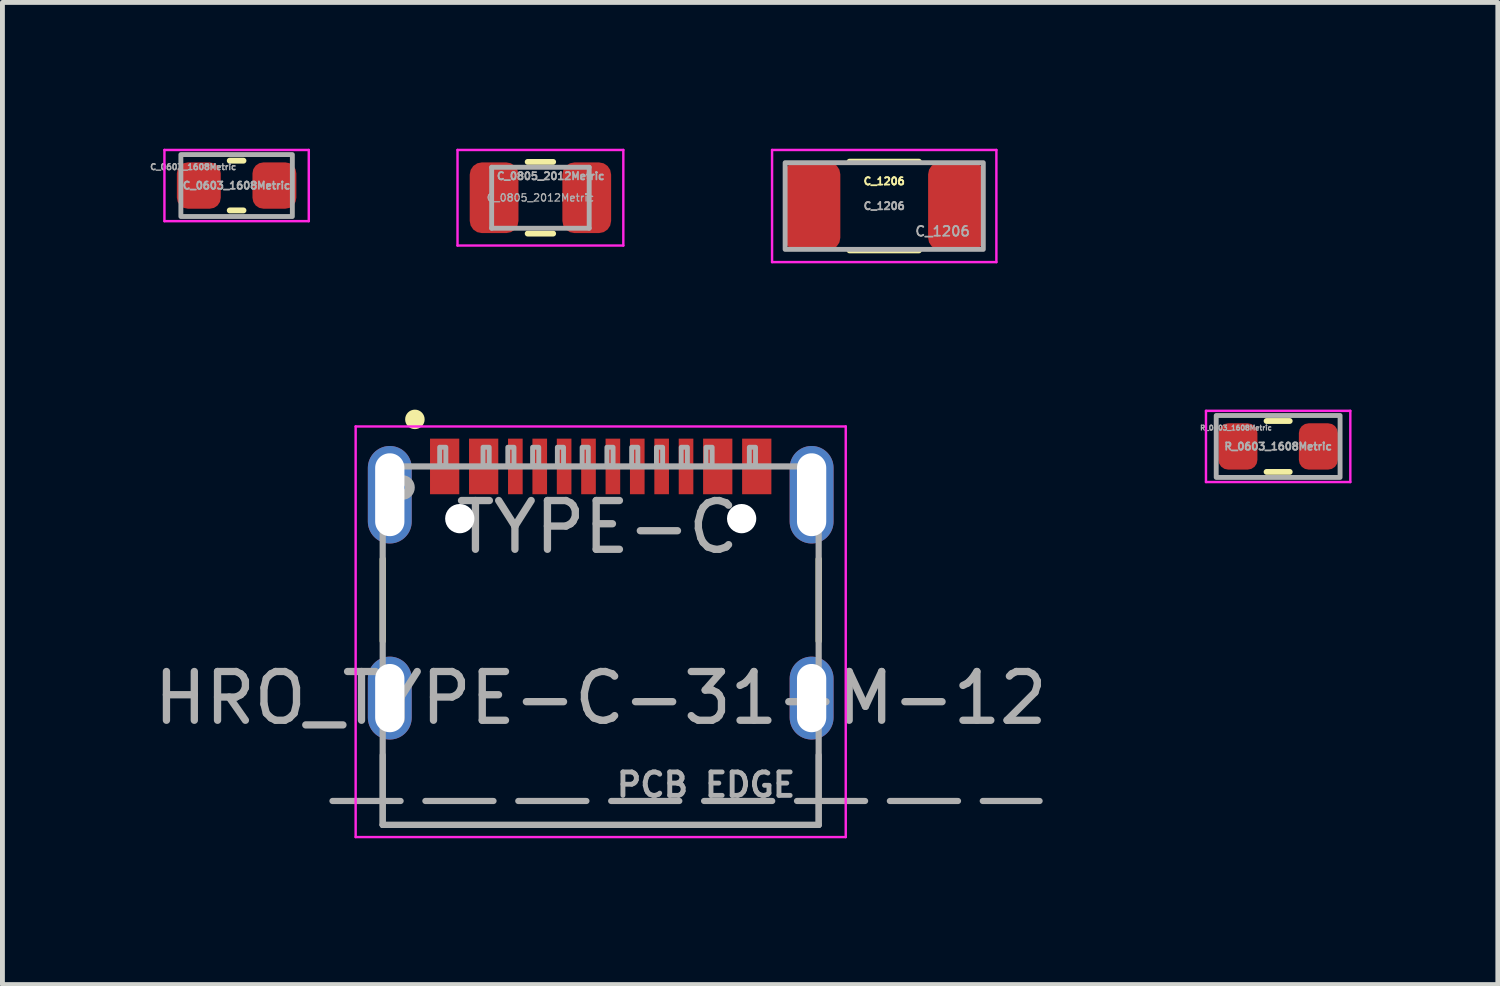
<source format=kicad_pcb>
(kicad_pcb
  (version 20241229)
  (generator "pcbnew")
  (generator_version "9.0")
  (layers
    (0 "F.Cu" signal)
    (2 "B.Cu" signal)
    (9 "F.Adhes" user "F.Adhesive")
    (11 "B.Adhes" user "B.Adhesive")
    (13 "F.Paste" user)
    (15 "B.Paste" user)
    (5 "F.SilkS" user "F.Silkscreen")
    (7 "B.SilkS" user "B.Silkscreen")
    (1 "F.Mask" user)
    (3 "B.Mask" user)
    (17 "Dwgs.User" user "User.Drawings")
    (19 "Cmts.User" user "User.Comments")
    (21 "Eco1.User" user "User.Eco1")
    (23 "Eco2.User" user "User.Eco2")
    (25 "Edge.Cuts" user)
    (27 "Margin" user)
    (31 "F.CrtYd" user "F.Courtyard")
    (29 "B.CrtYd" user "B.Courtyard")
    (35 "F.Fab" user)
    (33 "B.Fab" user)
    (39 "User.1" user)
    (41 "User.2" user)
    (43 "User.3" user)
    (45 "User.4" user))
  (footprint "C_0603_1608Metric"
    (layer "F.Cu")
    (at 1.802 0.755)
    (property "Reference" "C_0603_1608Metric" (at -0.889 -0.381 0) (unlocked yes) (layer "F.Fab") (effects (font (size 0.12 0.12) (thickness 0.03))))
    (attr smd)
    (fp_line (start -0.141 -0.51) (end 0.141 -0.51) (stroke (width 0.12) (type solid)) (layer "F.SilkS"))
    (fp_line (start -0.141 0.51) (end 0.141 0.51) (stroke (width 0.12) (type solid)) (layer "F.SilkS"))
    (fp_line (start -1.48 -0.73) (end 1.48 -0.73) (stroke (width 0.05) (type solid)) (layer "F.CrtYd"))
    (fp_line (start -1.48 0.73) (end -1.48 -0.73) (stroke (width 0.05) (type solid)) (layer "F.CrtYd"))
    (fp_line (start 1.48 -0.73) (end 1.48 0.73) (stroke (width 0.05) (type solid)) (layer "F.CrtYd"))
    (fp_line (start 1.48 0.73) (end -1.48 0.73) (stroke (width 0.05) (type solid)) (layer "F.CrtYd"))
    (fp_rect (start -1.143 -0.635) (end 1.143 0.635) (stroke (width 0.1) (type default)) (fill no) (layer "F.Fab"))
    (fp_text user "${REFERENCE}" (at 0 0 180) (layer "F.Fab") (effects (font (size 0.15 0.15) (thickness 0.037))))
    (pad "1" smd roundrect (at -0.775 0) (size 0.9 0.95) (layers "F.Cu" "F.Mask" "F.Paste") (roundrect_rratio 0.25))
    (pad "2" smd roundrect (at 0.775 0) (size 0.9 0.95) (layers "F.Cu" "F.Mask" "F.Paste") (roundrect_rratio 0.25)))
  (footprint "HRO_TYPE-C-31-M-12"
    (layer "F.Cu")
    (at 9.268 11.265)
    (property "Reference" "HRO_TYPE-C-31-M-12" (at 0 0 0) (unlocked yes) (layer "F.Fab") (effects (font (size 1 1) (thickness 0.15))))
    (attr smd)
    (fp_poly (pts (xy -3.55 -5.37) (xy -2.85 -5.37) (xy -2.85 -4.13) (xy -3.55 -4.13)) (stroke (width 0.01) (type solid)) (fill yes) (layer "F.Mask"))
    (fp_poly (pts (xy -2.75 -5.37) (xy -2.05 -5.37) (xy -2.05 -4.13) (xy -2.75 -4.13)) (stroke (width 0.01) (type solid)) (fill yes) (layer "F.Mask"))
    (fp_poly (pts (xy -1.95 -5.37) (xy -1.55 -5.37) (xy -1.55 -4.13) (xy -1.95 -4.13)) (stroke (width 0.01) (type solid)) (fill yes) (layer "F.Mask"))
    (fp_poly (pts (xy -1.45 -5.37) (xy -1.05 -5.37) (xy -1.05 -4.13) (xy -1.45 -4.13)) (stroke (width 0.01) (type solid)) (fill yes) (layer "F.Mask"))
    (fp_poly (pts (xy -0.95 -5.37) (xy -0.55 -5.37) (xy -0.55 -4.13) (xy -0.95 -4.13)) (stroke (width 0.01) (type solid)) (fill yes) (layer "F.Mask"))
    (fp_poly (pts (xy -0.45 -5.37) (xy -0.05 -5.37) (xy -0.05 -4.13) (xy -0.45 -4.13)) (stroke (width 0.01) (type solid)) (fill yes) (layer "F.Mask"))
    (fp_poly (pts (xy 0.05 -5.37) (xy 0.45 -5.37) (xy 0.45 -4.13) (xy 0.05 -4.13)) (stroke (width 0.01) (type solid)) (fill yes) (layer "F.Mask"))
    (fp_poly (pts (xy 0.55 -5.37) (xy 0.95 -5.37) (xy 0.95 -4.13) (xy 0.55 -4.13)) (stroke (width 0.01) (type solid)) (fill yes) (layer "F.Mask"))
    (fp_poly (pts (xy 1.05 -5.37) (xy 1.45 -5.37) (xy 1.45 -4.13) (xy 1.05 -4.13)) (stroke (width 0.01) (type solid)) (fill yes) (layer "F.Mask"))
    (fp_poly (pts (xy 1.55 -5.37) (xy 1.95 -5.37) (xy 1.95 -4.13) (xy 1.55 -4.13)) (stroke (width 0.01) (type solid)) (fill yes) (layer "F.Mask"))
    (fp_poly (pts (xy 2.05 -5.37) (xy 2.75 -5.37) (xy 2.75 -4.13) (xy 2.05 -4.13)) (stroke (width 0.01) (type solid)) (fill yes) (layer "F.Mask"))
    (fp_poly (pts (xy 2.85 -5.37) (xy 3.55 -5.37) (xy 3.55 -4.13) (xy 2.85 -4.13)) (stroke (width 0.01) (type solid)) (fill yes) (layer "F.Mask"))
    (fp_line (start -4.47 -2.85) (end -4.47 -1.17) (stroke (width 0.127) (type solid)) (layer "F.SilkS"))
    (fp_line (start 4.47 -2.85) (end 4.47 -1.17) (stroke (width 0.127) (type solid)) (layer "F.SilkS"))
    (fp_circle (center -3.81 -5.715) (end -3.71 -5.715) (stroke (width 0.2) (type solid)) (fill no) (layer "F.SilkS"))
    (fp_line (start -5.025 -5.57) (end -5.025 2.85) (stroke (width 0.05) (type solid)) (layer "F.CrtYd"))
    (fp_line (start -5.025 2.85) (end 5.025 2.85) (stroke (width 0.05) (type solid)) (layer "F.CrtYd"))
    (fp_line (start 5.025 -5.57) (end -5.025 -5.57) (stroke (width 0.05) (type solid)) (layer "F.CrtYd"))
    (fp_line (start 5.025 2.85) (end 5.025 -5.57) (stroke (width 0.05) (type solid)) (layer "F.CrtYd"))
    (fp_line (start -5.5 2.11) (end 9 2.11) (stroke (width 0.127) (type dash)) (layer "F.Fab"))
    (fp_line (start -4.47 -4.75) (end -4.47 2.6) (stroke (width 0.127) (type solid)) (layer "F.Fab"))
    (fp_line (start -4.47 2.6) (end -4.47 1.17) (stroke (width 0.127) (type solid)) (layer "F.Fab"))
    (fp_line (start -4.47 2.6) (end 4.47 2.6) (stroke (width 0.127) (type solid)) (layer "F.Fab"))
    (fp_line (start -4.47 2.6) (end 4.47 2.6) (stroke (width 0.127) (type solid)) (layer "F.Fab"))
    (fp_line (start 4.47 -4.75) (end -4.47 -4.75) (stroke (width 0.127) (type solid)) (layer "F.Fab"))
    (fp_line (start 4.47 2.6) (end 4.47 -4.75) (stroke (width 0.127) (type solid)) (layer "F.Fab"))
    (fp_line (start 4.47 2.6) (end 4.47 1.17) (stroke (width 0.127) (type solid)) (layer "F.Fab"))
    (fp_rect (start -3.302 -4.763) (end -3.175 -5.144) (stroke (width 0.1) (type default)) (fill no) (layer "F.Fab"))
    (fp_rect (start -2.413 -4.763) (end -2.286 -5.144) (stroke (width 0.1) (type default)) (fill no) (layer "F.Fab"))
    (fp_rect (start -1.905 -4.763) (end -1.778 -5.144) (stroke (width 0.1) (type default)) (fill no) (layer "F.Fab"))
    (fp_rect (start -1.397 -4.763) (end -1.27 -5.144) (stroke (width 0.1) (type default)) (fill no) (layer "F.Fab"))
    (fp_rect (start -0.889 -4.763) (end -0.762 -5.144) (stroke (width 0.1) (type default)) (fill no) (layer "F.Fab"))
    (fp_rect (start -0.381 -4.763) (end -0.254 -5.144) (stroke (width 0.1) (type default)) (fill no) (layer "F.Fab"))
    (fp_rect (start 0.127 -4.763) (end 0.254 -5.144) (stroke (width 0.1) (type default)) (fill no) (layer "F.Fab"))
    (fp_rect (start 0.635 -4.763) (end 0.762 -5.144) (stroke (width 0.1) (type default)) (fill no) (layer "F.Fab"))
    (fp_rect (start 1.143 -4.763) (end 1.27 -5.144) (stroke (width 0.1) (type default)) (fill no) (layer "F.Fab"))
    (fp_rect (start 1.651 -4.763) (end 1.778 -5.144) (stroke (width 0.1) (type default)) (fill no) (layer "F.Fab"))
    (fp_rect (start 2.159 -4.763) (end 2.286 -5.144) (stroke (width 0.1) (type default)) (fill no) (layer "F.Fab"))
    (fp_rect (start 3.048 -4.763) (end 3.175 -5.144) (stroke (width 0.1) (type default)) (fill no) (layer "F.Fab"))
    (fp_circle (center -4.064 -4.318) (end -4.064 -4.166) (stroke (width 0.2) (type solid)) (fill no) (layer "F.Fab"))
    (fp_text user "TYPE-C" (at -3.048 -2.921 0) (unlocked yes) (layer "F.Fab") (effects (font (size 1 1) (thickness 0.15)) (justify left bottom)))
    (fp_text user "PCB EDGE" (at 2.159 1.778 180) (layer "F.Fab") (effects (font (size 0.48 0.48) (thickness 0.1) (bold yes))))
    (pad "" np_thru_hole circle (at -2.89 -3.68) (size 0.6 0.6) (drill 0.6) (layers "*.Cu" "*.Mask"))
    (pad "" np_thru_hole circle (at 2.89 -3.68) (size 0.6 0.6) (drill 0.6) (layers "*.Cu" "*.Mask"))
    (pad "A1_B12" smd rect (at -3.2 -4.75) (size 0.6 1.14) (layers "F.Cu" "F.Paste"))
    (pad "A4_B9" smd rect (at -2.4 -4.75) (size 0.6 1.14) (layers "F.Cu" "F.Paste"))
    (pad "A5" smd rect (at -1.25 -4.75) (size 0.3 1.14) (layers "F.Cu" "F.Paste"))
    (pad "A6" smd rect (at -0.25 -4.75) (size 0.3 1.14) (layers "F.Cu" "F.Paste"))
    (pad "A7" smd rect (at 0.25 -4.75) (size 0.3 1.14) (layers "F.Cu" "F.Paste"))
    (pad "A8" smd rect (at 1.25 -4.75) (size 0.3 1.14) (layers "F.Cu" "F.Paste"))
    (pad "B1_A12" smd rect (at 3.2 -4.75) (size 0.6 1.14) (layers "F.Cu" "F.Paste"))
    (pad "B4_A9" smd rect (at 2.4 -4.75) (size 0.6 1.14) (layers "F.Cu" "F.Paste"))
    (pad "B5" smd rect (at 1.75 -4.75) (size 0.3 1.14) (layers "F.Cu" "F.Paste"))
    (pad "B6" smd rect (at 0.75 -4.75) (size 0.3 1.14) (layers "F.Cu" "F.Paste"))
    (pad "B7" smd rect (at -0.75 -4.75) (size 0.3 1.14) (layers "F.Cu" "F.Paste"))
    (pad "B8" smd rect (at -1.75 -4.75) (size 0.3 1.14) (layers "F.Cu" "F.Paste"))
    (pad "S1" thru_hole oval (at -4.325 -4.17) (size 0.9 2) (drill oval 0.6 1.7) (layers "*.Cu" "*.Mask"))
    (pad "S2" thru_hole oval (at 4.325 -4.17) (size 0.9 2) (drill oval 0.6 1.7) (layers "*.Cu" "*.Mask"))
    (pad "S3" thru_hole oval (at -4.325 0) (size 0.9 1.7) (drill oval 0.6 1.4) (layers "*.Cu" "*.Mask"))
    (pad "S4" thru_hole oval (at 4.325 0) (size 0.9 1.7) (drill oval 0.6 1.4) (layers "*.Cu" "*.Mask")))
  (footprint "C_0805_2012Metric"
    (layer "F.Cu")
    (at 8.032 1.005)
    (property "Reference" "C_0805_2012Metric" (at -0.912 -0.531 0) (layer "F.Fab") (effects (font (size 0.15 0.15) (thickness 0.037)) (justify left top)))
    (attr smd)
    (fp_line (start -0.261 -0.735) (end 0.261 -0.735) (stroke (width 0.12) (type solid)) (layer "F.SilkS"))
    (fp_line (start -0.261 0.735) (end 0.261 0.735) (stroke (width 0.12) (type solid)) (layer "F.SilkS"))
    (fp_line (start -1.7 -0.98) (end 1.7 -0.98) (stroke (width 0.05) (type solid)) (layer "F.CrtYd"))
    (fp_line (start -1.7 0.98) (end -1.7 -0.98) (stroke (width 0.05) (type solid)) (layer "F.CrtYd"))
    (fp_line (start 1.7 -0.98) (end 1.7 0.98) (stroke (width 0.05) (type solid)) (layer "F.CrtYd"))
    (fp_line (start 1.7 0.98) (end -1.7 0.98) (stroke (width 0.05) (type solid)) (layer "F.CrtYd"))
    (fp_line (start -1 -0.625) (end 1 -0.625) (stroke (width 0.1) (type solid)) (layer "F.Fab"))
    (fp_line (start -1 0.625) (end -1 -0.625) (stroke (width 0.1) (type solid)) (layer "F.Fab"))
    (fp_line (start 1 -0.625) (end 1 0.625) (stroke (width 0.1) (type solid)) (layer "F.Fab"))
    (fp_line (start 1 0.625) (end -1 0.625) (stroke (width 0.1) (type solid)) (layer "F.Fab"))
    (fp_text user "${REFERENCE}" (at 0 0 0) (layer "F.Fab") (effects (font (size 0.15 0.15) (thickness 0.025))))
    (pad "1" smd roundrect (at -0.95 0) (size 1 1.45) (layers "F.Cu" "F.Mask" "F.Paste") (roundrect_rratio 0.25))
    (pad "2" smd roundrect (at 0.95 0) (size 1 1.45) (layers "F.Cu" "F.Mask" "F.Paste") (roundrect_rratio 0.25)))
  (footprint "C_1206"
    (layer "F.Cu")
    (at 15.082 1.175)
    (property "Reference" "C_1206" (at 0 -0.508 0) (layer "F.SilkS") (effects (font (size 0.15 0.15) (thickness 0.037))))
    (property "Value" "C_1206" (at 0 -0.381 0) (layer "F.Fab") (hide yes) (effects (font (size 0.15 0.15) (thickness 0.037))))
    (attr smd)
    (fp_line (start -0.711 -0.91) (end 0.711 -0.91) (stroke (width 0.12) (type solid)) (layer "F.SilkS"))
    (fp_line (start -0.711 0.91) (end 0.711 0.91) (stroke (width 0.12) (type solid)) (layer "F.SilkS"))
    (fp_line (start -2.3 -1.15) (end 2.3 -1.15) (stroke (width 0.05) (type solid)) (layer "F.CrtYd"))
    (fp_line (start -2.3 1.15) (end -2.3 -1.15) (stroke (width 0.05) (type solid)) (layer "F.CrtYd"))
    (fp_line (start 2.3 -1.15) (end 2.3 1.15) (stroke (width 0.05) (type solid)) (layer "F.CrtYd"))
    (fp_line (start 2.3 1.15) (end -2.3 1.15) (stroke (width 0.05) (type solid)) (layer "F.CrtYd"))
    (fp_rect (start -2.032 -0.889) (end 2.032 0.889) (stroke (width 0.1) (type default)) (fill no) (layer "F.Fab"))
    (fp_text user "${REFERENCE}" (at 0 0 0) (layer "F.Fab") (effects (font (size 0.15 0.15) (thickness 0.037))))
    (fp_text user "${VALUE}" (at 1.778 0.635 0) (unlocked yes) (layer "F.Fab") (effects (font (size 0.2 0.2) (thickness 0.037)) (justify right bottom)))
    (pad "1" smd roundrect (at -1.475 0) (size 1.15 1.8) (layers "F.Cu" "F.Mask" "F.Paste") (roundrect_rratio 0.217))
    (pad "2" smd roundrect (at 1.475 0) (size 1.15 1.8) (layers "F.Cu" "F.Mask" "F.Paste") (roundrect_rratio 0.217)))
  (footprint "R_0603_1608Metric"
    (layer "F.Cu")
    (at 23.16 6.105)
    (property "Reference" "R_0603_1608Metric" (at -0.864 -0.381 0) (layer "F.Fab") (effects (font (size 0.1 0.1) (thickness 0.025))))
    (attr smd)
    (fp_line (start -0.237 -0.522) (end 0.237 -0.522) (stroke (width 0.12) (type solid)) (layer "F.SilkS"))
    (fp_line (start -0.237 0.522) (end 0.237 0.522) (stroke (width 0.12) (type solid)) (layer "F.SilkS"))
    (fp_line (start -1.48 -0.73) (end 1.48 -0.73) (stroke (width 0.05) (type solid)) (layer "F.CrtYd"))
    (fp_line (start -1.48 0.73) (end -1.48 -0.73) (stroke (width 0.05) (type solid)) (layer "F.CrtYd"))
    (fp_line (start 1.48 -0.73) (end 1.48 0.73) (stroke (width 0.05) (type solid)) (layer "F.CrtYd"))
    (fp_line (start 1.48 0.73) (end -1.48 0.73) (stroke (width 0.05) (type solid)) (layer "F.CrtYd"))
    (fp_rect (start -1.27 -0.635) (end 1.27 0.635) (stroke (width 0.1) (type default)) (fill no) (layer "F.Fab"))
    (fp_text user "${REFERENCE}" (at 0 0 0) (layer "F.Fab") (effects (font (size 0.15 0.15) (thickness 0.037))))
    (pad "1" smd roundrect (at -0.825 0) (size 0.8 0.95) (layers "F.Cu" "F.Mask" "F.Paste") (roundrect_rratio 0.25))
    (pad "2" smd roundrect (at 0.825 0) (size 0.8 0.95) (layers "F.Cu" "F.Mask" "F.Paste") (roundrect_rratio 0.25)))
  (gr_rect
    (start -3 -3)
    (end 27.665 17.14)
    (stroke (width 0.1) (type default))
    (fill no)
    (layer "Edge.Cuts")))
</source>
